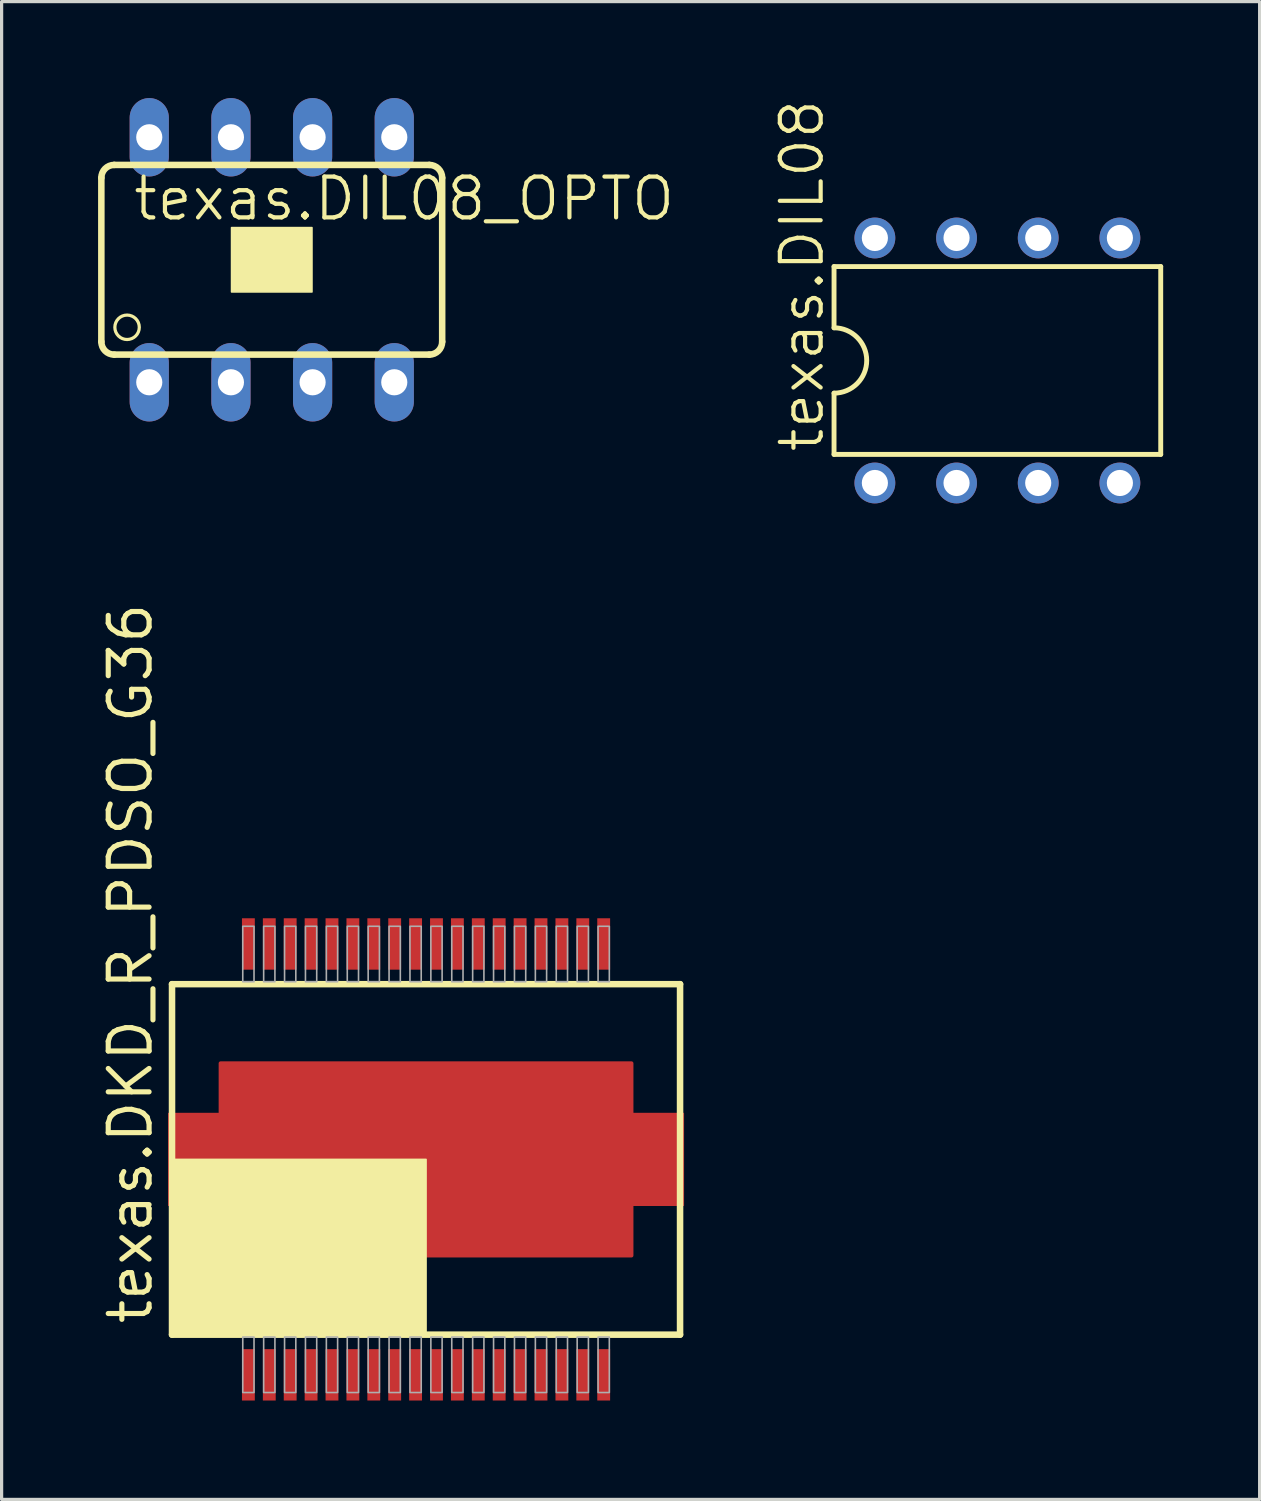
<source format=kicad_pcb>
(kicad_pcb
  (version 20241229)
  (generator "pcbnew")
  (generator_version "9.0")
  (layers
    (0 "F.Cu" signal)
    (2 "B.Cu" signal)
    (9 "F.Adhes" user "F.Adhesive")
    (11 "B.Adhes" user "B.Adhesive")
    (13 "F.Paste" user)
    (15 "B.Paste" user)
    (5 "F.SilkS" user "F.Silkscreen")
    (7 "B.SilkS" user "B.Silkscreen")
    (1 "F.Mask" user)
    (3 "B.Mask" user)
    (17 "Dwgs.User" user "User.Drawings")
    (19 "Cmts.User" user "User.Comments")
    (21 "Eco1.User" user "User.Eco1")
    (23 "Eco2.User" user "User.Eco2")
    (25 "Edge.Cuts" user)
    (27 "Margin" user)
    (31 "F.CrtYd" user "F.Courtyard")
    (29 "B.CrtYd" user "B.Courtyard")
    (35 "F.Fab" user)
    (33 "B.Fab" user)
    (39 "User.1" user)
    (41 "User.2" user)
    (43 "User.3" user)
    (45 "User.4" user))
  (footprint "texas.DKD_R_PDSO_G36"
    (layer "F.Cu")
    (at 10.2 33.008)
    (property "Reference" "texas.DKD_R_PDSO_G36" (at -8.45 5.2 90) (layer "F.SilkS") (effects (font (size 1.27 1.27) (thickness 0.16)) (justify left bottom)))
    (attr smd)
    (fp_rect (start -5.775 -5.85) (end -5.275 -7.55) (stroke (width 0.05) (type default)) (fill yes) (layer "F.Mask"))
    (fp_rect (start -5.775 7.55) (end -5.275 5.85) (stroke (width 0.05) (type default)) (fill yes) (layer "F.Mask"))
    (fp_rect (start -5.125 -5.85) (end -4.625 -7.55) (stroke (width 0.05) (type default)) (fill yes) (layer "F.Mask"))
    (fp_rect (start -5.125 7.55) (end -4.625 5.85) (stroke (width 0.05) (type default)) (fill yes) (layer "F.Mask"))
    (fp_rect (start -4.475 -5.85) (end -3.975 -7.55) (stroke (width 0.05) (type default)) (fill yes) (layer "F.Mask"))
    (fp_rect (start -4.475 7.55) (end -3.975 5.85) (stroke (width 0.05) (type default)) (fill yes) (layer "F.Mask"))
    (fp_rect (start -3.825 -5.85) (end -3.325 -7.55) (stroke (width 0.05) (type default)) (fill yes) (layer "F.Mask"))
    (fp_rect (start -3.825 7.55) (end -3.325 5.85) (stroke (width 0.05) (type default)) (fill yes) (layer "F.Mask"))
    (fp_rect (start -3.175 -5.85) (end -2.675 -7.55) (stroke (width 0.05) (type default)) (fill yes) (layer "F.Mask"))
    (fp_rect (start -3.175 7.55) (end -2.675 5.85) (stroke (width 0.05) (type default)) (fill yes) (layer "F.Mask"))
    (fp_rect (start -2.525 -5.85) (end -2.025 -7.55) (stroke (width 0.05) (type default)) (fill yes) (layer "F.Mask"))
    (fp_rect (start -2.525 7.55) (end -2.025 5.85) (stroke (width 0.05) (type default)) (fill yes) (layer "F.Mask"))
    (fp_rect (start -1.875 -5.85) (end -1.375 -7.55) (stroke (width 0.05) (type default)) (fill yes) (layer "F.Mask"))
    (fp_rect (start -1.875 7.55) (end -1.375 5.85) (stroke (width 0.05) (type default)) (fill yes) (layer "F.Mask"))
    (fp_rect (start -1.225 -5.85) (end -0.725 -7.55) (stroke (width 0.05) (type default)) (fill yes) (layer "F.Mask"))
    (fp_rect (start -1.225 7.55) (end -0.725 5.85) (stroke (width 0.05) (type default)) (fill yes) (layer "F.Mask"))
    (fp_rect (start -0.575 -5.85) (end -0.075 -7.55) (stroke (width 0.05) (type default)) (fill yes) (layer "F.Mask"))
    (fp_rect (start -0.575 7.55) (end -0.075 5.85) (stroke (width 0.05) (type default)) (fill yes) (layer "F.Mask"))
    (fp_rect (start 0.075 -5.85) (end 0.575 -7.55) (stroke (width 0.05) (type default)) (fill yes) (layer "F.Mask"))
    (fp_rect (start 0.075 7.55) (end 0.575 5.85) (stroke (width 0.05) (type default)) (fill yes) (layer "F.Mask"))
    (fp_rect (start 0.725 -5.85) (end 1.225 -7.55) (stroke (width 0.05) (type default)) (fill yes) (layer "F.Mask"))
    (fp_rect (start 0.725 7.55) (end 1.225 5.85) (stroke (width 0.05) (type default)) (fill yes) (layer "F.Mask"))
    (fp_rect (start 1.375 -5.85) (end 1.875 -7.55) (stroke (width 0.05) (type default)) (fill yes) (layer "F.Mask"))
    (fp_rect (start 1.375 7.55) (end 1.875 5.85) (stroke (width 0.05) (type default)) (fill yes) (layer "F.Mask"))
    (fp_rect (start 2.025 -5.85) (end 2.525 -7.55) (stroke (width 0.05) (type default)) (fill yes) (layer "F.Mask"))
    (fp_rect (start 2.025 7.55) (end 2.525 5.85) (stroke (width 0.05) (type default)) (fill yes) (layer "F.Mask"))
    (fp_rect (start 2.675 -5.85) (end 3.175 -7.55) (stroke (width 0.05) (type default)) (fill yes) (layer "F.Mask"))
    (fp_rect (start 2.675 7.55) (end 3.175 5.85) (stroke (width 0.05) (type default)) (fill yes) (layer "F.Mask"))
    (fp_rect (start 3.325 -5.85) (end 3.825 -7.55) (stroke (width 0.05) (type default)) (fill yes) (layer "F.Mask"))
    (fp_rect (start 3.325 7.55) (end 3.825 5.85) (stroke (width 0.05) (type default)) (fill yes) (layer "F.Mask"))
    (fp_rect (start 3.975 -5.85) (end 4.475 -7.55) (stroke (width 0.05) (type default)) (fill yes) (layer "F.Mask"))
    (fp_rect (start 3.975 7.55) (end 4.475 5.85) (stroke (width 0.05) (type default)) (fill yes) (layer "F.Mask"))
    (fp_rect (start 4.625 -5.85) (end 5.125 -7.55) (stroke (width 0.05) (type default)) (fill yes) (layer "F.Mask"))
    (fp_rect (start 4.625 7.55) (end 5.125 5.85) (stroke (width 0.05) (type default)) (fill yes) (layer "F.Mask"))
    (fp_rect (start 5.275 -5.85) (end 5.775 -7.55) (stroke (width 0.05) (type default)) (fill yes) (layer "F.Mask"))
    (fp_rect (start 5.275 7.55) (end 5.775 5.85) (stroke (width 0.05) (type default)) (fill yes) (layer "F.Mask"))
    (fp_line (start -7.9 -5.45) (end 7.9 -5.45) (stroke (width 0.203) (type default)) (layer "F.SilkS"))
    (fp_line (start -7.9 5.45) (end -7.9 -5.45) (stroke (width 0.203) (type default)) (layer "F.SilkS"))
    (fp_line (start 7.9 -5.45) (end 7.9 5.45) (stroke (width 0.203) (type default)) (layer "F.SilkS"))
    (fp_line (start 7.9 5.45) (end -7.9 5.45) (stroke (width 0.203) (type default)) (layer "F.SilkS"))
    (fp_rect (start -7.9 5.425) (end 0 0) (stroke (width 0.05) (type default)) (fill yes) (layer "F.SilkS"))
    (fp_rect (start -5.7 -5.525) (end -5.35 -7.25) (stroke (width 0.05) (type default)) (fill no) (layer "F.Fab"))
    (fp_rect (start -5.7 7.25) (end -5.35 5.525) (stroke (width 0.05) (type default)) (fill no) (layer "F.Fab"))
    (fp_rect (start -5.05 -5.525) (end -4.7 -7.25) (stroke (width 0.05) (type default)) (fill no) (layer "F.Fab"))
    (fp_rect (start -5.05 7.25) (end -4.7 5.525) (stroke (width 0.05) (type default)) (fill no) (layer "F.Fab"))
    (fp_rect (start -4.4 -5.525) (end -4.05 -7.25) (stroke (width 0.05) (type default)) (fill no) (layer "F.Fab"))
    (fp_rect (start -4.4 7.25) (end -4.05 5.525) (stroke (width 0.05) (type default)) (fill no) (layer "F.Fab"))
    (fp_rect (start -3.75 -5.525) (end -3.4 -7.25) (stroke (width 0.05) (type default)) (fill no) (layer "F.Fab"))
    (fp_rect (start -3.75 7.25) (end -3.4 5.525) (stroke (width 0.05) (type default)) (fill no) (layer "F.Fab"))
    (fp_rect (start -3.1 -5.525) (end -2.75 -7.25) (stroke (width 0.05) (type default)) (fill no) (layer "F.Fab"))
    (fp_rect (start -3.1 7.25) (end -2.75 5.525) (stroke (width 0.05) (type default)) (fill no) (layer "F.Fab"))
    (fp_rect (start -2.45 -5.525) (end -2.1 -7.25) (stroke (width 0.05) (type default)) (fill no) (layer "F.Fab"))
    (fp_rect (start -2.45 7.25) (end -2.1 5.525) (stroke (width 0.05) (type default)) (fill no) (layer "F.Fab"))
    (fp_rect (start -1.8 -5.525) (end -1.45 -7.25) (stroke (width 0.05) (type default)) (fill no) (layer "F.Fab"))
    (fp_rect (start -1.8 7.25) (end -1.45 5.525) (stroke (width 0.05) (type default)) (fill no) (layer "F.Fab"))
    (fp_rect (start -1.15 -5.525) (end -0.8 -7.25) (stroke (width 0.05) (type default)) (fill no) (layer "F.Fab"))
    (fp_rect (start -1.15 7.25) (end -0.8 5.525) (stroke (width 0.05) (type default)) (fill no) (layer "F.Fab"))
    (fp_rect (start -0.5 -5.525) (end -0.15 -7.25) (stroke (width 0.05) (type default)) (fill no) (layer "F.Fab"))
    (fp_rect (start -0.5 7.25) (end -0.15 5.525) (stroke (width 0.05) (type default)) (fill no) (layer "F.Fab"))
    (fp_rect (start 0.15 -5.525) (end 0.5 -7.25) (stroke (width 0.05) (type default)) (fill no) (layer "F.Fab"))
    (fp_rect (start 0.15 7.25) (end 0.5 5.525) (stroke (width 0.05) (type default)) (fill no) (layer "F.Fab"))
    (fp_rect (start 0.8 -5.525) (end 1.15 -7.25) (stroke (width 0.05) (type default)) (fill no) (layer "F.Fab"))
    (fp_rect (start 0.8 7.25) (end 1.15 5.525) (stroke (width 0.05) (type default)) (fill no) (layer "F.Fab"))
    (fp_rect (start 1.45 -5.525) (end 1.8 -7.25) (stroke (width 0.05) (type default)) (fill no) (layer "F.Fab"))
    (fp_rect (start 1.45 7.25) (end 1.8 5.525) (stroke (width 0.05) (type default)) (fill no) (layer "F.Fab"))
    (fp_rect (start 2.1 -5.525) (end 2.45 -7.25) (stroke (width 0.05) (type default)) (fill no) (layer "F.Fab"))
    (fp_rect (start 2.1 7.25) (end 2.45 5.525) (stroke (width 0.05) (type default)) (fill no) (layer "F.Fab"))
    (fp_rect (start 2.75 -5.525) (end 3.1 -7.25) (stroke (width 0.05) (type default)) (fill no) (layer "F.Fab"))
    (fp_rect (start 2.75 7.25) (end 3.1 5.525) (stroke (width 0.05) (type default)) (fill no) (layer "F.Fab"))
    (fp_rect (start 3.4 -5.525) (end 3.75 -7.25) (stroke (width 0.05) (type default)) (fill no) (layer "F.Fab"))
    (fp_rect (start 3.4 7.25) (end 3.75 5.525) (stroke (width 0.05) (type default)) (fill no) (layer "F.Fab"))
    (fp_rect (start 4.05 -5.525) (end 4.4 -7.25) (stroke (width 0.05) (type default)) (fill no) (layer "F.Fab"))
    (fp_rect (start 4.05 7.25) (end 4.4 5.525) (stroke (width 0.05) (type default)) (fill no) (layer "F.Fab"))
    (fp_rect (start 4.7 -5.525) (end 5.05 -7.25) (stroke (width 0.05) (type default)) (fill no) (layer "F.Fab"))
    (fp_rect (start 4.7 7.25) (end 5.05 5.525) (stroke (width 0.05) (type default)) (fill no) (layer "F.Fab"))
    (fp_rect (start 5.35 -5.525) (end 5.7 -7.25) (stroke (width 0.05) (type default)) (fill no) (layer "F.Fab"))
    (fp_rect (start 5.35 7.25) (end 5.7 5.525) (stroke (width 0.05) (type default)) (fill no) (layer "F.Fab"))
    (pad "1" smd roundrect (at -5.525 6.7) (size 0.4 1.6) (layers "F.Cu" "F.Mask" "F.Paste") (roundrect_rratio 0.01))
    (pad "2" smd roundrect (at -4.875 6.7) (size 0.4 1.6) (layers "F.Cu" "F.Mask" "F.Paste") (roundrect_rratio 0.01))
    (pad "3" smd roundrect (at -4.225 6.7) (size 0.4 1.6) (layers "F.Cu" "F.Mask" "F.Paste") (roundrect_rratio 0.01))
    (pad "4" smd roundrect (at -3.575 6.7) (size 0.4 1.6) (layers "F.Cu" "F.Mask" "F.Paste") (roundrect_rratio 0.01))
    (pad "5" smd roundrect (at -2.925 6.7) (size 0.4 1.6) (layers "F.Cu" "F.Mask" "F.Paste") (roundrect_rratio 0.01))
    (pad "6" smd roundrect (at -2.275 6.7) (size 0.4 1.6) (layers "F.Cu" "F.Mask" "F.Paste") (roundrect_rratio 0.01))
    (pad "7" smd roundrect (at -1.625 6.7) (size 0.4 1.6) (layers "F.Cu" "F.Mask" "F.Paste") (roundrect_rratio 0.01))
    (pad "8" smd roundrect (at -0.975 6.7) (size 0.4 1.6) (layers "F.Cu" "F.Mask" "F.Paste") (roundrect_rratio 0.01))
    (pad "9" smd roundrect (at -0.325 6.7) (size 0.4 1.6) (layers "F.Cu" "F.Mask" "F.Paste") (roundrect_rratio 0.01))
    (pad "10" smd roundrect (at 0.325 6.7) (size 0.4 1.6) (layers "F.Cu" "F.Mask" "F.Paste") (roundrect_rratio 0.01))
    (pad "11" smd roundrect (at 0.975 6.7) (size 0.4 1.6) (layers "F.Cu" "F.Mask" "F.Paste") (roundrect_rratio 0.01))
    (pad "12" smd roundrect (at 1.625 6.7) (size 0.4 1.6) (layers "F.Cu" "F.Mask" "F.Paste") (roundrect_rratio 0.01))
    (pad "13" smd roundrect (at 2.275 6.7) (size 0.4 1.6) (layers "F.Cu" "F.Mask" "F.Paste") (roundrect_rratio 0.01))
    (pad "14" smd roundrect (at 2.925 6.7) (size 0.4 1.6) (layers "F.Cu" "F.Mask" "F.Paste") (roundrect_rratio 0.01))
    (pad "15" smd roundrect (at 3.575 6.7) (size 0.4 1.6) (layers "F.Cu" "F.Mask" "F.Paste") (roundrect_rratio 0.01))
    (pad "16" smd roundrect (at 4.225 6.7) (size 0.4 1.6) (layers "F.Cu" "F.Mask" "F.Paste") (roundrect_rratio 0.01))
    (pad "17" smd roundrect (at 4.875 6.7) (size 0.4 1.6) (layers "F.Cu" "F.Mask" "F.Paste") (roundrect_rratio 0.01))
    (pad "18" smd roundrect (at 5.525 6.7) (size 0.4 1.6) (layers "F.Cu" "F.Mask" "F.Paste") (roundrect_rratio 0.01))
    (pad "19" smd roundrect (at 5.525 -6.7 180) (size 0.4 1.6) (layers "F.Cu" "F.Mask" "F.Paste") (roundrect_rratio 0.01))
    (pad "20" smd roundrect (at 4.875 -6.7 180) (size 0.4 1.6) (layers "F.Cu" "F.Mask" "F.Paste") (roundrect_rratio 0.01))
    (pad "21" smd roundrect (at 4.225 -6.7 180) (size 0.4 1.6) (layers "F.Cu" "F.Mask" "F.Paste") (roundrect_rratio 0.01))
    (pad "22" smd roundrect (at 3.575 -6.7 180) (size 0.4 1.6) (layers "F.Cu" "F.Mask" "F.Paste") (roundrect_rratio 0.01))
    (pad "23" smd roundrect (at 2.925 -6.7 180) (size 0.4 1.6) (layers "F.Cu" "F.Mask" "F.Paste") (roundrect_rratio 0.01))
    (pad "24" smd roundrect (at 2.275 -6.7 180) (size 0.4 1.6) (layers "F.Cu" "F.Mask" "F.Paste") (roundrect_rratio 0.01))
    (pad "25" smd roundrect (at 1.625 -6.7 180) (size 0.4 1.6) (layers "F.Cu" "F.Mask" "F.Paste") (roundrect_rratio 0.01))
    (pad "26" smd roundrect (at 0.975 -6.7 180) (size 0.4 1.6) (layers "F.Cu" "F.Mask" "F.Paste") (roundrect_rratio 0.01))
    (pad "27" smd roundrect (at 0.325 -6.7 180) (size 0.4 1.6) (layers "F.Cu" "F.Mask" "F.Paste") (roundrect_rratio 0.01))
    (pad "28" smd roundrect (at -0.325 -6.7 180) (size 0.4 1.6) (layers "F.Cu" "F.Mask" "F.Paste") (roundrect_rratio 0.01))
    (pad "29" smd roundrect (at -0.975 -6.7 180) (size 0.4 1.6) (layers "F.Cu" "F.Mask" "F.Paste") (roundrect_rratio 0.01))
    (pad "30" smd roundrect (at -1.625 -6.7 180) (size 0.4 1.6) (layers "F.Cu" "F.Mask" "F.Paste") (roundrect_rratio 0.01))
    (pad "31" smd roundrect (at -2.275 -6.7 180) (size 0.4 1.6) (layers "F.Cu" "F.Mask" "F.Paste") (roundrect_rratio 0.01))
    (pad "32" smd roundrect (at -2.925 -6.7 180) (size 0.4 1.6) (layers "F.Cu" "F.Mask" "F.Paste") (roundrect_rratio 0.01))
    (pad "33" smd roundrect (at -3.575 -6.7 180) (size 0.4 1.6) (layers "F.Cu" "F.Mask" "F.Paste") (roundrect_rratio 0.01))
    (pad "34" smd roundrect (at -4.225 -6.7 180) (size 0.4 1.6) (layers "F.Cu" "F.Mask" "F.Paste") (roundrect_rratio 0.01))
    (pad "35" smd roundrect (at -4.875 -6.7 180) (size 0.4 1.6) (layers "F.Cu" "F.Mask" "F.Paste") (roundrect_rratio 0.01))
    (pad "36" smd roundrect (at -5.525 -6.7 180) (size 0.4 1.6) (layers "F.Cu" "F.Mask" "F.Paste") (roundrect_rratio 0.01))
    (pad "EXP@1" smd roundrect (at 0 0) (size 12.9 6.1) (layers "F.Cu" "F.Mask" "F.Paste") (roundrect_rratio 0.01))
    (pad "EXP@2" smd roundrect (at -7.225 0) (size 1.6 2.9) (layers "F.Cu" "F.Mask" "F.Paste") (roundrect_rratio 0.01))
    (pad "EXP@3" smd roundrect (at 7.225 0 180) (size 1.6 2.9) (layers "F.Cu" "F.Mask" "F.Paste") (roundrect_rratio 0.01)))
  (footprint "texas.DIL08_OPTO"
    (layer "F.Cu")
    (at 5.402 5.029)
    (property "Reference" "texas.DIL08_OPTO" (at -4.375 -1.156 0) (layer "F.SilkS") (effects (font (size 1.27 1.27) (thickness 0.13)) (justify left bottom)))
    (attr through_hole)
    (fp_line (start -5.3 -2.55) (end -5.3 2.55) (stroke (width 0.203) (type default)) (layer "F.SilkS"))
    (fp_line (start -4.9 2.95) (end 4.9 2.95) (stroke (width 0.203) (type default)) (layer "F.SilkS"))
    (fp_line (start 4.9 -2.95) (end -4.9 -2.95) (stroke (width 0.203) (type default)) (layer "F.SilkS"))
    (fp_line (start 5.3 2.55) (end 5.3 -2.55) (stroke (width 0.203) (type default)) (layer "F.SilkS"))
    (fp_rect (start -1.25 1) (end 1.25 -1) (stroke (width 0.05) (type default)) (fill yes) (layer "F.SilkS"))
    (fp_arc (start -5.3 -2.55) (mid -5.182843 -2.832843) (end -4.9 -2.95) (stroke (width 0.2032) (type default)) (layer "F.SilkS"))
    (fp_arc (start -4.9 2.95) (mid -5.182843 2.832843) (end -5.3 2.55) (stroke (width 0.2032) (type default)) (layer "F.SilkS"))
    (fp_arc (start 4.9 -2.95) (mid 5.182843 -2.832843) (end 5.3 -2.55) (stroke (width 0.2032) (type default)) (layer "F.SilkS"))
    (fp_arc (start 5.3 2.55) (mid 5.182843 2.832843) (end 4.9 2.95) (stroke (width 0.2032) (type default)) (layer "F.SilkS"))
    (fp_circle (center -4.5 2.1) (end -4.12 2.1) (stroke (width 0.1) (type default)) (fill no) (layer "F.SilkS"))
    (fp_circle (center 0 0.05) (end 0.01 0.05) (stroke (width 0.1) (type default)) (fill no) (layer "F.SilkS"))
    (pad "1" thru_hole oval (at -3.81 3.81 90) (size 2.438 1.219) (drill 0.813) (layers "*.Cu" "*.Mask"))
    (pad "2" thru_hole oval (at -1.27 3.81 90) (size 2.438 1.219) (drill 0.813) (layers "*.Cu" "*.Mask"))
    (pad "3" thru_hole oval (at 1.27 3.81 90) (size 2.438 1.219) (drill 0.813) (layers "*.Cu" "*.Mask"))
    (pad "4" thru_hole oval (at 3.81 3.81 90) (size 2.438 1.219) (drill 0.813) (layers "*.Cu" "*.Mask"))
    (pad "5" thru_hole oval (at 3.81 -3.81 90) (size 2.438 1.219) (drill 0.813) (layers "*.Cu" "*.Mask"))
    (pad "6" thru_hole oval (at 1.27 -3.81 90) (size 2.438 1.219) (drill 0.813) (layers "*.Cu" "*.Mask"))
    (pad "7" thru_hole oval (at -1.27 -3.81 90) (size 2.438 1.219) (drill 0.813) (layers "*.Cu" "*.Mask"))
    (pad "8" thru_hole oval (at -3.81 -3.81 90) (size 2.438 1.219) (drill 0.813) (layers "*.Cu" "*.Mask")))
  (footprint "texas.DIL08"
    (layer "F.Cu")
    (at 27.969 8.161)
    (property "Reference" "texas.DIL08" (at -5.334 2.921 90) (layer "F.SilkS") (effects (font (size 1.27 1.27) (thickness 0.13)) (justify left bottom)))
    (attr through_hole)
    (fp_line (start -5.08 -2.921) (end -5.08 -1.016) (stroke (width 0.152) (type default)) (layer "F.SilkS"))
    (fp_line (start -5.08 2.921) (end -5.08 1.016) (stroke (width 0.152) (type default)) (layer "F.SilkS"))
    (fp_line (start -5.08 2.921) (end 5.08 2.921) (stroke (width 0.152) (type default)) (layer "F.SilkS"))
    (fp_line (start 5.08 -2.921) (end -5.08 -2.921) (stroke (width 0.152) (type default)) (layer "F.SilkS"))
    (fp_line (start 5.08 -2.921) (end 5.08 2.921) (stroke (width 0.152) (type default)) (layer "F.SilkS"))
    (fp_arc (start -5.08 -1.016) (mid -4.064 0) (end -5.08 1.016) (stroke (width 0.1524) (type default)) (layer "F.SilkS"))
    (pad "1" thru_hole circle (at -3.81 3.81 90) (size 1.27 1.27) (drill 0.813) (layers "*.Cu" "*.Mask"))
    (pad "2" thru_hole circle (at -1.27 3.81 90) (size 1.27 1.27) (drill 0.813) (layers "*.Cu" "*.Mask"))
    (pad "3" thru_hole circle (at 1.27 3.81 90) (size 1.27 1.27) (drill 0.813) (layers "*.Cu" "*.Mask"))
    (pad "4" thru_hole circle (at 3.81 3.81 90) (size 1.27 1.27) (drill 0.813) (layers "*.Cu" "*.Mask"))
    (pad "5" thru_hole circle (at 3.81 -3.81 90) (size 1.27 1.27) (drill 0.813) (layers "*.Cu" "*.Mask"))
    (pad "6" thru_hole circle (at 1.27 -3.81 90) (size 1.27 1.27) (drill 0.813) (layers "*.Cu" "*.Mask"))
    (pad "7" thru_hole circle (at -1.27 -3.81 90) (size 1.27 1.27) (drill 0.813) (layers "*.Cu" "*.Mask"))
    (pad "8" thru_hole circle (at -3.81 -3.81 90) (size 1.27 1.27) (drill 0.813) (layers "*.Cu" "*.Mask")))
  (gr_rect
    (start -3 -3)
    (end 36.125 43.583)
    (stroke (width 0.1) (type default))
    (fill no)
    (layer "Edge.Cuts")))
</source>
